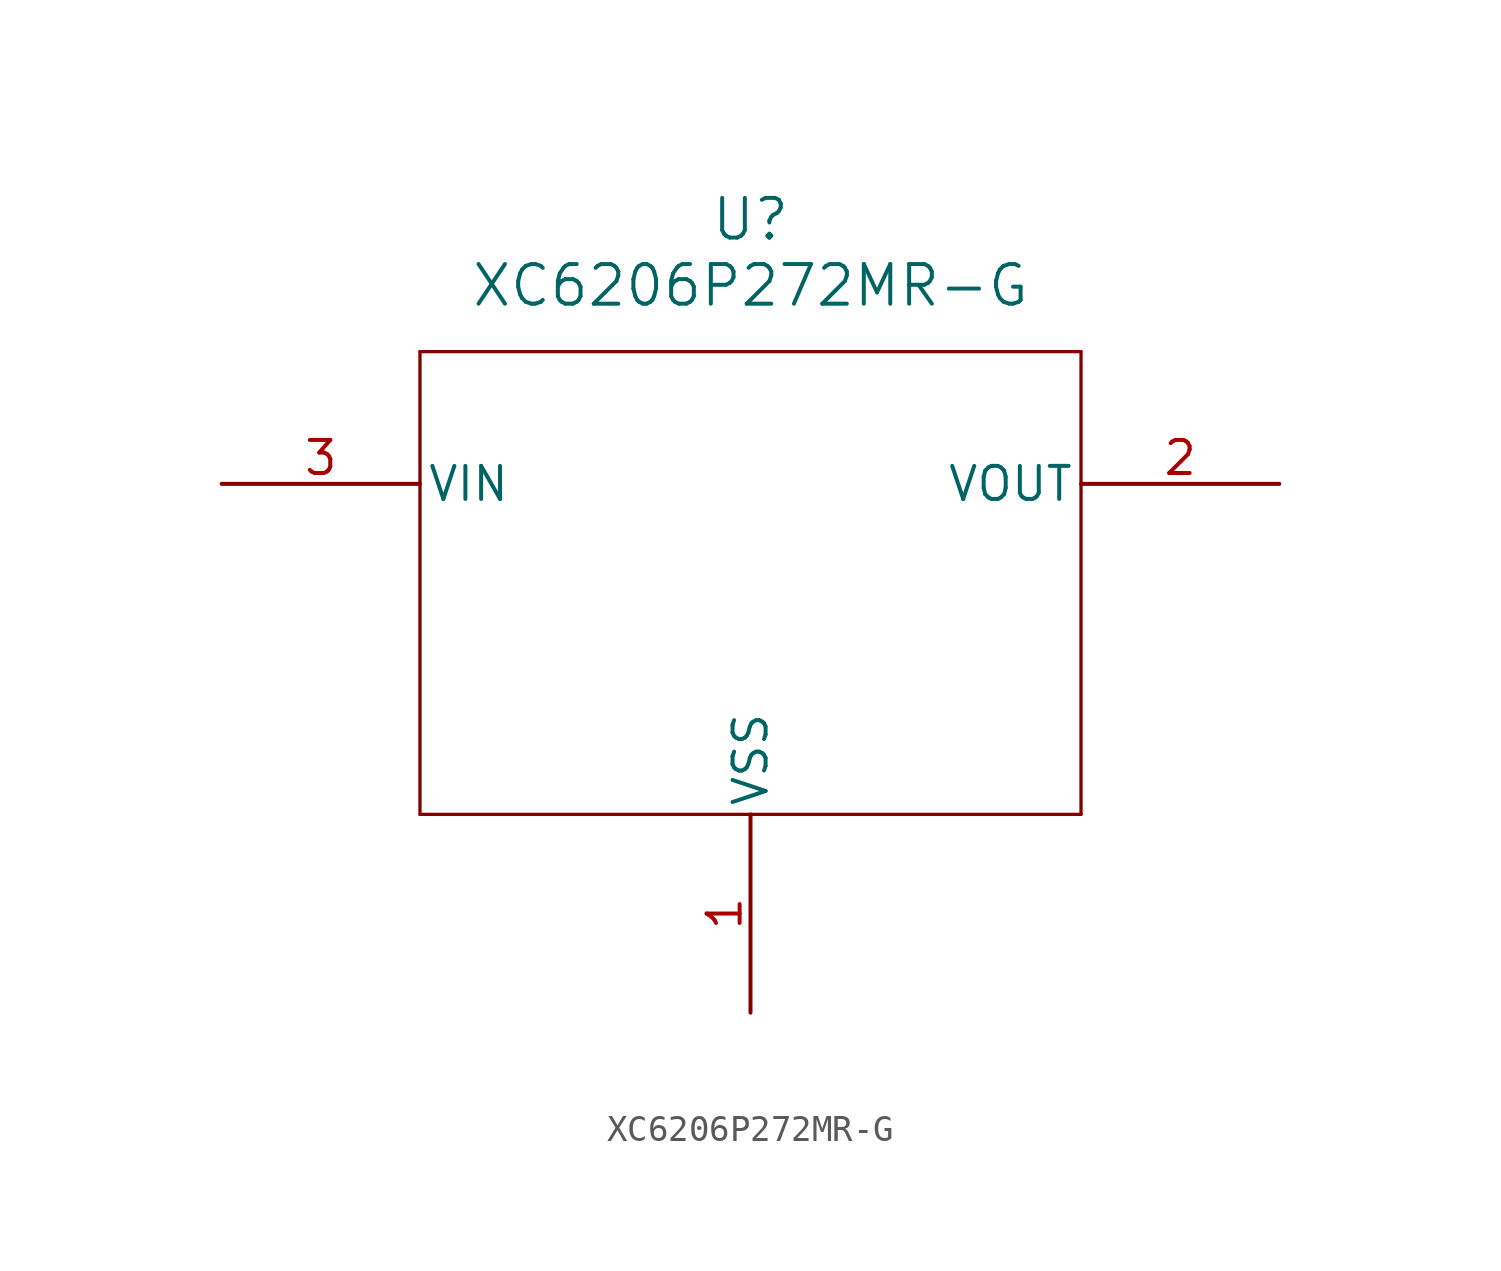
<source format=kicad_sym>
(kicad_symbol_lib
  (version 20211014)
  (generator kicad_symbol_editor)
  (symbol "XC6206P272MR-G"
    (pin_names
      (offset 0.254))
    (property "Reference" "U"
      (at 20.32 10.16 0)
      (effects (font (size 1.524 1.524))))
    (property "Value" "XC6206P272MR-G"
      (at 20.32 7.62 0)
      (effects (font (size 1.524 1.524))))
    (symbol "XC6206P272MR-G_0_1"
      (polyline (pts (xy 7.62 5.08) (xy 7.62 -12.7)) (stroke (width 0.127) (type default) (color 0 0 0 0)) (fill (type none)))
      (polyline (pts (xy 7.62 -12.7) (xy 33.02 -12.7)) (stroke (width 0.127) (type default) (color 0 0 0 0)) (fill (type none)))
      (polyline (pts (xy 33.02 -12.7) (xy 33.02 5.08)) (stroke (width 0.127) (type default) (color 0 0 0 0)) (fill (type none)))
      (polyline (pts (xy 33.02 5.08) (xy 7.62 5.08)) (stroke (width 0.127) (type default) (color 0 0 0 0)) (fill (type none)))
      (pin power_out line (at 20.32 -20.32 90) (length 7.62) (name "VSS" (effects (font (size 1.27 1.27)))) (number "1" (effects (font (size 1.27 1.27)))))
      (pin output line (at 40.64 0 180) (length 7.62) (name "VOUT" (effects (font (size 1.27 1.27)))) (number "2" (effects (font (size 1.27 1.27)))))
      (pin power_in line (at 0 0 0) (length 7.62) (name "VIN" (effects (font (size 1.27 1.27)))) (number "3" (effects (font (size 1.27 1.27))))))))
</source>
